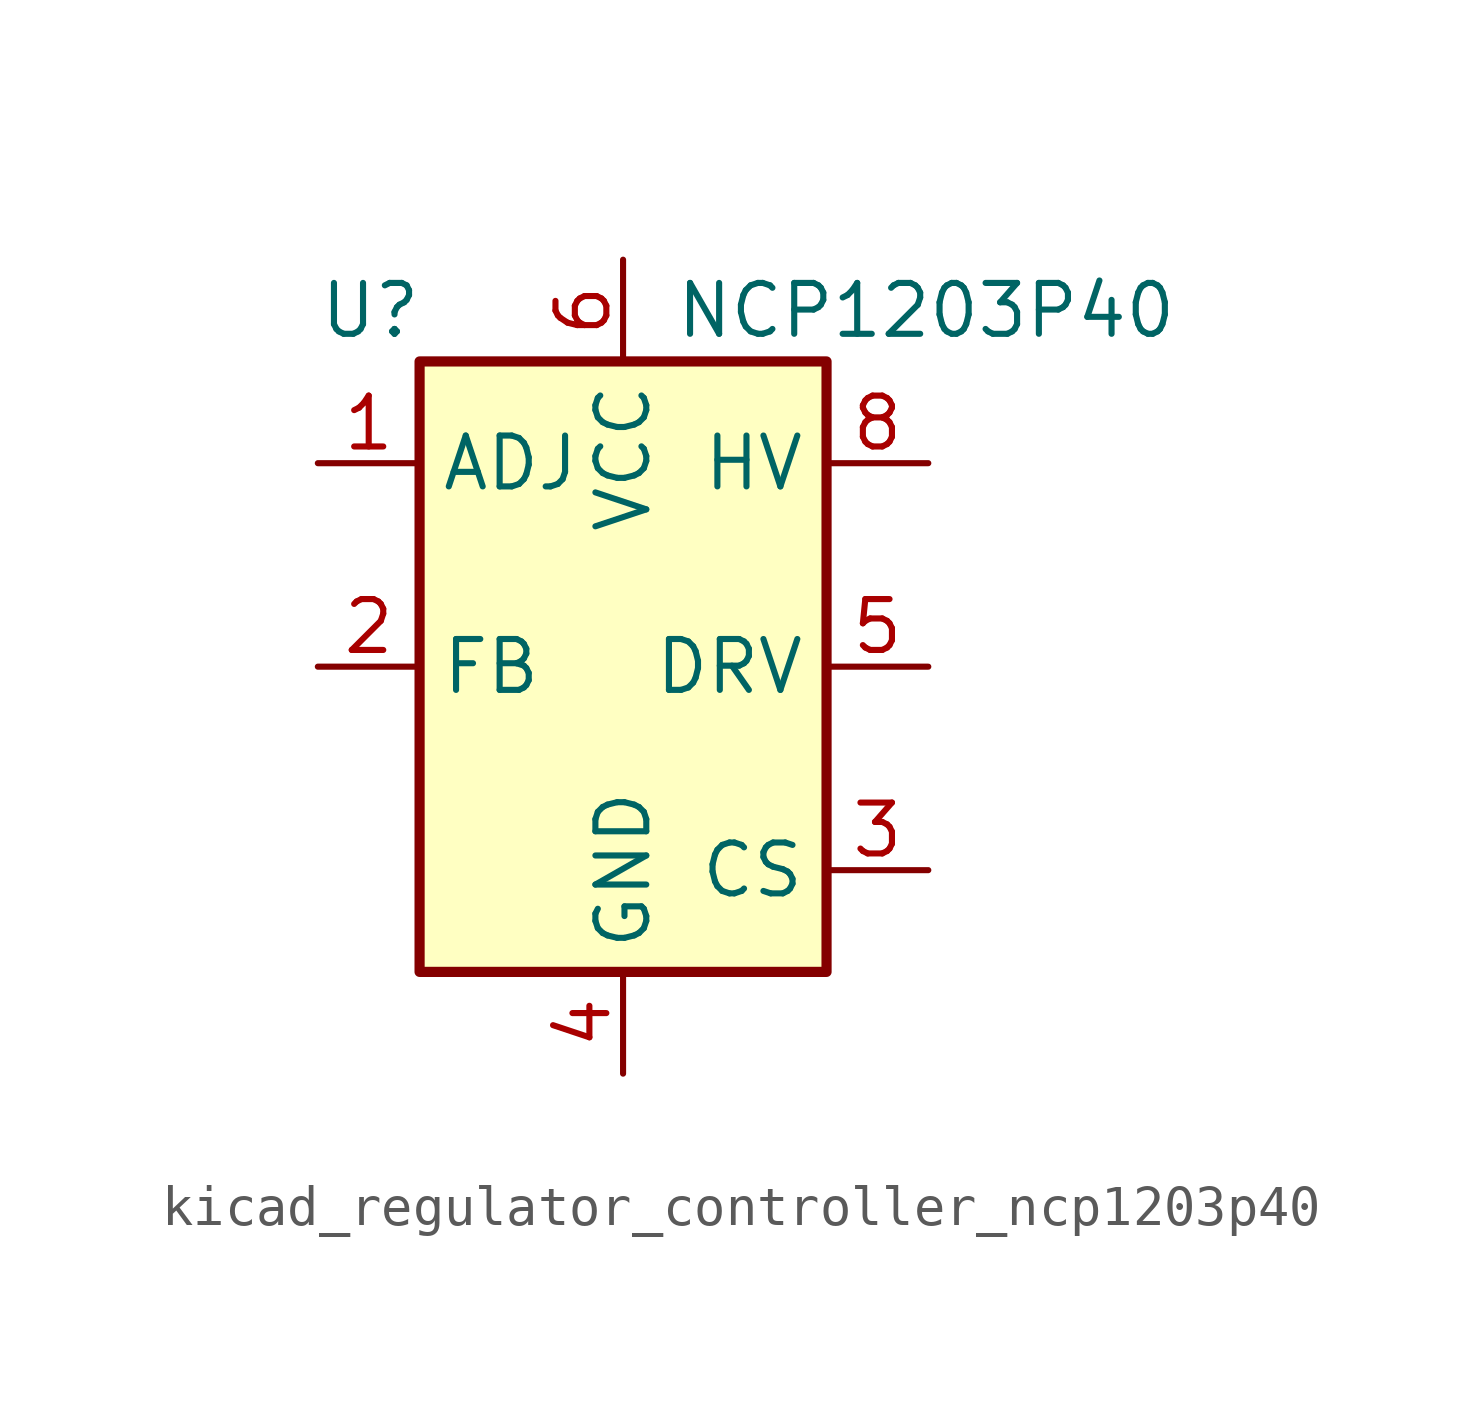
<source format=kicad_sym>
(kicad_symbol_lib
  (version 20220914)
  (generator kicad_symbol_editor)
  (symbol "kicad_regulator_controller_ncp1203p40"
    (property "Reference" "U"
      (at -7.62 8.89 0)
      (effects (font (size 1.27 1.27)) (justify left)))
    (property "Value" "NCP1203P40"
      (at 1.27 8.89 0)
      (effects (font (size 1.27 1.27)) (justify left)))
    (symbol "kicad_regulator_controller_ncp1203p40_0_0"
      (rectangle (start -5.08 7.62) (end 5.08 -7.62) (stroke (width 0.254) (type default)) (fill (type background))))
    (symbol "kicad_regulator_controller_ncp1203p40_1_1"
      (pin input line (at -7.62 5.08 0) (length 2.54) (name "ADJ" (effects (font (size 1.27 1.27)))) (number "1" (effects (font (size 1.27 1.27)))))
      (pin input line (at -7.62 0 0) (length 2.54) (name "FB" (effects (font (size 1.27 1.27)))) (number "2" (effects (font (size 1.27 1.27)))))
      (pin input line (at 7.62 -5.08 180) (length 2.54) (name "CS" (effects (font (size 1.27 1.27)))) (number "3" (effects (font (size 1.27 1.27)))))
      (pin power_in line (at 0 -10.16 90) (length 2.54) (name "GND" (effects (font (size 1.27 1.27)))) (number "4" (effects (font (size 1.27 1.27)))))
      (pin output line (at 7.62 0 180) (length 2.54) (name "DRV" (effects (font (size 1.27 1.27)))) (number "5" (effects (font (size 1.27 1.27)))))
      (pin power_in line (at 0 10.16 270) (length 2.54) (name "VCC" (effects (font (size 1.27 1.27)))) (number "6" (effects (font (size 1.27 1.27)))))
      (pin no_connect line (at -5.08 2.54 0) (length 2.54) hide (name "NC" (effects (font (size 1.27 1.27)))) (number "7" (effects (font (size 1.27 1.27)))))
      (pin input line (at 7.62 5.08 180) (length 2.54) (name "HV" (effects (font (size 1.27 1.27)))) (number "8" (effects (font (size 1.27 1.27))))))))
</source>
